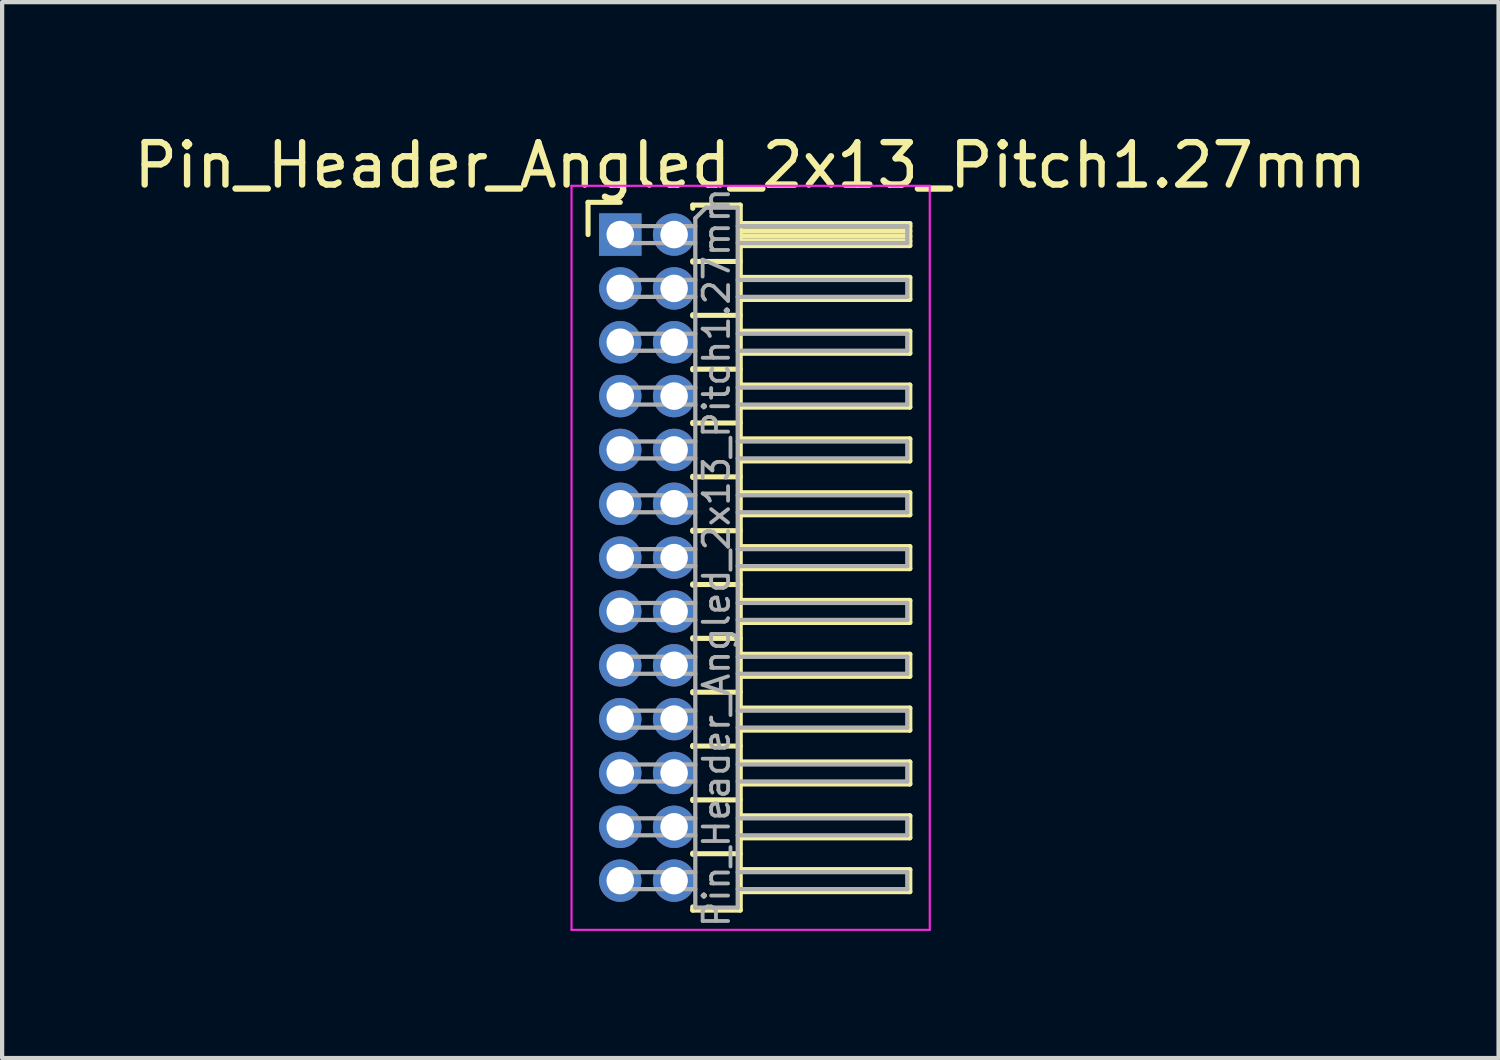
<source format=kicad_pcb>
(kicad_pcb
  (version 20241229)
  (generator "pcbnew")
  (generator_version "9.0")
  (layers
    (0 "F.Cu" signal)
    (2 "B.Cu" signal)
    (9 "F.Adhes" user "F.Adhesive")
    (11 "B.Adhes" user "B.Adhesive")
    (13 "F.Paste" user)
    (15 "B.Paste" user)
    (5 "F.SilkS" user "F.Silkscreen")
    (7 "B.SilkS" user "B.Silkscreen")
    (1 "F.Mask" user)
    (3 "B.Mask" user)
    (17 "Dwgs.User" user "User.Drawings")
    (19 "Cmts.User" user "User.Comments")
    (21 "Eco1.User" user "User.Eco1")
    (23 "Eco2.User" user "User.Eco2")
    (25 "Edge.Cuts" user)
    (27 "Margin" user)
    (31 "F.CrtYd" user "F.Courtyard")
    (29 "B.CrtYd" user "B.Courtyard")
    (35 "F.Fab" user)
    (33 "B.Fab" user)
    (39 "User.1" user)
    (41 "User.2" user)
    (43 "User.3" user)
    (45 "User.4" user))
  (footprint "Pin_Header_Angled_2x13_Pitch1.27mm"
    (layer "F.Cu")
    (at 11.581 2.483)
    (property "Reference" "Pin_Header_Angled_2x13_Pitch1.27mm" (at 3.067 -1.635 0) (layer "F.SilkS") (effects (font (size 1 1) (thickness 0.15))))
    (attr through_hole)
    (fp_line (start -0.76 -0.76) (end 0 -0.76) (stroke (width 0.12) (type solid)) (layer "F.SilkS"))
    (fp_line (start -0.76 0) (end -0.76 -0.76) (stroke (width 0.12) (type solid)) (layer "F.SilkS"))
    (fp_line (start 1.71 -0.695) (end 2.83 -0.695) (stroke (width 0.12) (type solid)) (layer "F.SilkS"))
    (fp_line (start 1.71 -0.62) (end 1.71 -0.695) (stroke (width 0.12) (type solid)) (layer "F.SilkS"))
    (fp_line (start 1.71 0.62) (end 1.71 0.65) (stroke (width 0.12) (type solid)) (layer "F.SilkS"))
    (fp_line (start 1.71 0.635) (end 2.83 0.635) (stroke (width 0.12) (type solid)) (layer "F.SilkS"))
    (fp_line (start 1.71 1.89) (end 1.71 1.92) (stroke (width 0.12) (type solid)) (layer "F.SilkS"))
    (fp_line (start 1.71 1.905) (end 2.83 1.905) (stroke (width 0.12) (type solid)) (layer "F.SilkS"))
    (fp_line (start 1.71 3.16) (end 1.71 3.19) (stroke (width 0.12) (type solid)) (layer "F.SilkS"))
    (fp_line (start 1.71 3.175) (end 2.83 3.175) (stroke (width 0.12) (type solid)) (layer "F.SilkS"))
    (fp_line (start 1.71 4.43) (end 1.71 4.46) (stroke (width 0.12) (type solid)) (layer "F.SilkS"))
    (fp_line (start 1.71 4.445) (end 2.83 4.445) (stroke (width 0.12) (type solid)) (layer "F.SilkS"))
    (fp_line (start 1.71 5.7) (end 1.71 5.73) (stroke (width 0.12) (type solid)) (layer "F.SilkS"))
    (fp_line (start 1.71 5.715) (end 2.83 5.715) (stroke (width 0.12) (type solid)) (layer "F.SilkS"))
    (fp_line (start 1.71 6.97) (end 1.71 7) (stroke (width 0.12) (type solid)) (layer "F.SilkS"))
    (fp_line (start 1.71 6.985) (end 2.83 6.985) (stroke (width 0.12) (type solid)) (layer "F.SilkS"))
    (fp_line (start 1.71 8.24) (end 1.71 8.27) (stroke (width 0.12) (type solid)) (layer "F.SilkS"))
    (fp_line (start 1.71 8.255) (end 2.83 8.255) (stroke (width 0.12) (type solid)) (layer "F.SilkS"))
    (fp_line (start 1.71 9.51) (end 1.71 9.54) (stroke (width 0.12) (type solid)) (layer "F.SilkS"))
    (fp_line (start 1.71 9.525) (end 2.83 9.525) (stroke (width 0.12) (type solid)) (layer "F.SilkS"))
    (fp_line (start 1.71 10.78) (end 1.71 10.81) (stroke (width 0.12) (type solid)) (layer "F.SilkS"))
    (fp_line (start 1.71 10.795) (end 2.83 10.795) (stroke (width 0.12) (type solid)) (layer "F.SilkS"))
    (fp_line (start 1.71 12.05) (end 1.71 12.08) (stroke (width 0.12) (type solid)) (layer "F.SilkS"))
    (fp_line (start 1.71 12.065) (end 2.83 12.065) (stroke (width 0.12) (type solid)) (layer "F.SilkS"))
    (fp_line (start 1.71 13.32) (end 1.71 13.35) (stroke (width 0.12) (type solid)) (layer "F.SilkS"))
    (fp_line (start 1.71 13.335) (end 2.83 13.335) (stroke (width 0.12) (type solid)) (layer "F.SilkS"))
    (fp_line (start 1.71 14.59) (end 1.71 14.62) (stroke (width 0.12) (type solid)) (layer "F.SilkS"))
    (fp_line (start 1.71 14.605) (end 2.83 14.605) (stroke (width 0.12) (type solid)) (layer "F.SilkS"))
    (fp_line (start 1.71 15.935) (end 1.71 15.86) (stroke (width 0.12) (type solid)) (layer "F.SilkS"))
    (fp_line (start 2.83 -0.695) (end 2.83 15.935) (stroke (width 0.12) (type solid)) (layer "F.SilkS"))
    (fp_line (start 2.83 -0.26) (end 6.83 -0.26) (stroke (width 0.12) (type solid)) (layer "F.SilkS"))
    (fp_line (start 2.83 -0.2) (end 6.83 -0.2) (stroke (width 0.12) (type solid)) (layer "F.SilkS"))
    (fp_line (start 2.83 -0.08) (end 6.83 -0.08) (stroke (width 0.12) (type solid)) (layer "F.SilkS"))
    (fp_line (start 2.83 0.04) (end 6.83 0.04) (stroke (width 0.12) (type solid)) (layer "F.SilkS"))
    (fp_line (start 2.83 0.16) (end 6.83 0.16) (stroke (width 0.12) (type solid)) (layer "F.SilkS"))
    (fp_line (start 2.83 1.01) (end 6.83 1.01) (stroke (width 0.12) (type solid)) (layer "F.SilkS"))
    (fp_line (start 2.83 2.28) (end 6.83 2.28) (stroke (width 0.12) (type solid)) (layer "F.SilkS"))
    (fp_line (start 2.83 3.55) (end 6.83 3.55) (stroke (width 0.12) (type solid)) (layer "F.SilkS"))
    (fp_line (start 2.83 4.82) (end 6.83 4.82) (stroke (width 0.12) (type solid)) (layer "F.SilkS"))
    (fp_line (start 2.83 6.09) (end 6.83 6.09) (stroke (width 0.12) (type solid)) (layer "F.SilkS"))
    (fp_line (start 2.83 7.36) (end 6.83 7.36) (stroke (width 0.12) (type solid)) (layer "F.SilkS"))
    (fp_line (start 2.83 8.63) (end 6.83 8.63) (stroke (width 0.12) (type solid)) (layer "F.SilkS"))
    (fp_line (start 2.83 9.9) (end 6.83 9.9) (stroke (width 0.12) (type solid)) (layer "F.SilkS"))
    (fp_line (start 2.83 11.17) (end 6.83 11.17) (stroke (width 0.12) (type solid)) (layer "F.SilkS"))
    (fp_line (start 2.83 12.44) (end 6.83 12.44) (stroke (width 0.12) (type solid)) (layer "F.SilkS"))
    (fp_line (start 2.83 13.71) (end 6.83 13.71) (stroke (width 0.12) (type solid)) (layer "F.SilkS"))
    (fp_line (start 2.83 14.98) (end 6.83 14.98) (stroke (width 0.12) (type solid)) (layer "F.SilkS"))
    (fp_line (start 2.83 15.935) (end 1.71 15.935) (stroke (width 0.12) (type solid)) (layer "F.SilkS"))
    (fp_line (start 6.83 -0.26) (end 6.83 0.26) (stroke (width 0.12) (type solid)) (layer "F.SilkS"))
    (fp_line (start 6.83 0.26) (end 2.83 0.26) (stroke (width 0.12) (type solid)) (layer "F.SilkS"))
    (fp_line (start 6.83 1.01) (end 6.83 1.53) (stroke (width 0.12) (type solid)) (layer "F.SilkS"))
    (fp_line (start 6.83 1.53) (end 2.83 1.53) (stroke (width 0.12) (type solid)) (layer "F.SilkS"))
    (fp_line (start 6.83 2.28) (end 6.83 2.8) (stroke (width 0.12) (type solid)) (layer "F.SilkS"))
    (fp_line (start 6.83 2.8) (end 2.83 2.8) (stroke (width 0.12) (type solid)) (layer "F.SilkS"))
    (fp_line (start 6.83 3.55) (end 6.83 4.07) (stroke (width 0.12) (type solid)) (layer "F.SilkS"))
    (fp_line (start 6.83 4.07) (end 2.83 4.07) (stroke (width 0.12) (type solid)) (layer "F.SilkS"))
    (fp_line (start 6.83 4.82) (end 6.83 5.34) (stroke (width 0.12) (type solid)) (layer "F.SilkS"))
    (fp_line (start 6.83 5.34) (end 2.83 5.34) (stroke (width 0.12) (type solid)) (layer "F.SilkS"))
    (fp_line (start 6.83 6.09) (end 6.83 6.61) (stroke (width 0.12) (type solid)) (layer "F.SilkS"))
    (fp_line (start 6.83 6.61) (end 2.83 6.61) (stroke (width 0.12) (type solid)) (layer "F.SilkS"))
    (fp_line (start 6.83 7.36) (end 6.83 7.88) (stroke (width 0.12) (type solid)) (layer "F.SilkS"))
    (fp_line (start 6.83 7.88) (end 2.83 7.88) (stroke (width 0.12) (type solid)) (layer "F.SilkS"))
    (fp_line (start 6.83 8.63) (end 6.83 9.15) (stroke (width 0.12) (type solid)) (layer "F.SilkS"))
    (fp_line (start 6.83 9.15) (end 2.83 9.15) (stroke (width 0.12) (type solid)) (layer "F.SilkS"))
    (fp_line (start 6.83 9.9) (end 6.83 10.42) (stroke (width 0.12) (type solid)) (layer "F.SilkS"))
    (fp_line (start 6.83 10.42) (end 2.83 10.42) (stroke (width 0.12) (type solid)) (layer "F.SilkS"))
    (fp_line (start 6.83 11.17) (end 6.83 11.69) (stroke (width 0.12) (type solid)) (layer "F.SilkS"))
    (fp_line (start 6.83 11.69) (end 2.83 11.69) (stroke (width 0.12) (type solid)) (layer "F.SilkS"))
    (fp_line (start 6.83 12.44) (end 6.83 12.96) (stroke (width 0.12) (type solid)) (layer "F.SilkS"))
    (fp_line (start 6.83 12.96) (end 2.83 12.96) (stroke (width 0.12) (type solid)) (layer "F.SilkS"))
    (fp_line (start 6.83 13.71) (end 6.83 14.23) (stroke (width 0.12) (type solid)) (layer "F.SilkS"))
    (fp_line (start 6.83 14.23) (end 2.83 14.23) (stroke (width 0.12) (type solid)) (layer "F.SilkS"))
    (fp_line (start 6.83 14.98) (end 6.83 15.5) (stroke (width 0.12) (type solid)) (layer "F.SilkS"))
    (fp_line (start 6.83 15.5) (end 2.83 15.5) (stroke (width 0.12) (type solid)) (layer "F.SilkS"))
    (fp_line (start -1.15 -1.15) (end -1.15 16.4) (stroke (width 0.05) (type solid)) (layer "F.CrtYd"))
    (fp_line (start -1.15 16.4) (end 7.3 16.4) (stroke (width 0.05) (type solid)) (layer "F.CrtYd"))
    (fp_line (start 7.3 -1.15) (end -1.15 -1.15) (stroke (width 0.05) (type solid)) (layer "F.CrtYd"))
    (fp_line (start 7.3 16.4) (end 7.3 -1.15) (stroke (width 0.05) (type solid)) (layer "F.CrtYd"))
    (fp_line (start -0.2 -0.2) (end -0.2 0.2) (stroke (width 0.1) (type solid)) (layer "F.Fab"))
    (fp_line (start -0.2 -0.2) (end 1.77 -0.2) (stroke (width 0.1) (type solid)) (layer "F.Fab"))
    (fp_line (start -0.2 0.2) (end 1.77 0.2) (stroke (width 0.1) (type solid)) (layer "F.Fab"))
    (fp_line (start -0.2 1.07) (end -0.2 1.47) (stroke (width 0.1) (type solid)) (layer "F.Fab"))
    (fp_line (start -0.2 1.07) (end 1.77 1.07) (stroke (width 0.1) (type solid)) (layer "F.Fab"))
    (fp_line (start -0.2 1.47) (end 1.77 1.47) (stroke (width 0.1) (type solid)) (layer "F.Fab"))
    (fp_line (start -0.2 2.34) (end -0.2 2.74) (stroke (width 0.1) (type solid)) (layer "F.Fab"))
    (fp_line (start -0.2 2.34) (end 1.77 2.34) (stroke (width 0.1) (type solid)) (layer "F.Fab"))
    (fp_line (start -0.2 2.74) (end 1.77 2.74) (stroke (width 0.1) (type solid)) (layer "F.Fab"))
    (fp_line (start -0.2 3.61) (end -0.2 4.01) (stroke (width 0.1) (type solid)) (layer "F.Fab"))
    (fp_line (start -0.2 3.61) (end 1.77 3.61) (stroke (width 0.1) (type solid)) (layer "F.Fab"))
    (fp_line (start -0.2 4.01) (end 1.77 4.01) (stroke (width 0.1) (type solid)) (layer "F.Fab"))
    (fp_line (start -0.2 4.88) (end -0.2 5.28) (stroke (width 0.1) (type solid)) (layer "F.Fab"))
    (fp_line (start -0.2 4.88) (end 1.77 4.88) (stroke (width 0.1) (type solid)) (layer "F.Fab"))
    (fp_line (start -0.2 5.28) (end 1.77 5.28) (stroke (width 0.1) (type solid)) (layer "F.Fab"))
    (fp_line (start -0.2 6.15) (end -0.2 6.55) (stroke (width 0.1) (type solid)) (layer "F.Fab"))
    (fp_line (start -0.2 6.15) (end 1.77 6.15) (stroke (width 0.1) (type solid)) (layer "F.Fab"))
    (fp_line (start -0.2 6.55) (end 1.77 6.55) (stroke (width 0.1) (type solid)) (layer "F.Fab"))
    (fp_line (start -0.2 7.42) (end -0.2 7.82) (stroke (width 0.1) (type solid)) (layer "F.Fab"))
    (fp_line (start -0.2 7.42) (end 1.77 7.42) (stroke (width 0.1) (type solid)) (layer "F.Fab"))
    (fp_line (start -0.2 7.82) (end 1.77 7.82) (stroke (width 0.1) (type solid)) (layer "F.Fab"))
    (fp_line (start -0.2 8.69) (end -0.2 9.09) (stroke (width 0.1) (type solid)) (layer "F.Fab"))
    (fp_line (start -0.2 8.69) (end 1.77 8.69) (stroke (width 0.1) (type solid)) (layer "F.Fab"))
    (fp_line (start -0.2 9.09) (end 1.77 9.09) (stroke (width 0.1) (type solid)) (layer "F.Fab"))
    (fp_line (start -0.2 9.96) (end -0.2 10.36) (stroke (width 0.1) (type solid)) (layer "F.Fab"))
    (fp_line (start -0.2 9.96) (end 1.77 9.96) (stroke (width 0.1) (type solid)) (layer "F.Fab"))
    (fp_line (start -0.2 10.36) (end 1.77 10.36) (stroke (width 0.1) (type solid)) (layer "F.Fab"))
    (fp_line (start -0.2 11.23) (end -0.2 11.63) (stroke (width 0.1) (type solid)) (layer "F.Fab"))
    (fp_line (start -0.2 11.23) (end 1.77 11.23) (stroke (width 0.1) (type solid)) (layer "F.Fab"))
    (fp_line (start -0.2 11.63) (end 1.77 11.63) (stroke (width 0.1) (type solid)) (layer "F.Fab"))
    (fp_line (start -0.2 12.5) (end -0.2 12.9) (stroke (width 0.1) (type solid)) (layer "F.Fab"))
    (fp_line (start -0.2 12.5) (end 1.77 12.5) (stroke (width 0.1) (type solid)) (layer "F.Fab"))
    (fp_line (start -0.2 12.9) (end 1.77 12.9) (stroke (width 0.1) (type solid)) (layer "F.Fab"))
    (fp_line (start -0.2 13.77) (end -0.2 14.17) (stroke (width 0.1) (type solid)) (layer "F.Fab"))
    (fp_line (start -0.2 13.77) (end 1.77 13.77) (stroke (width 0.1) (type solid)) (layer "F.Fab"))
    (fp_line (start -0.2 14.17) (end 1.77 14.17) (stroke (width 0.1) (type solid)) (layer "F.Fab"))
    (fp_line (start -0.2 15.04) (end -0.2 15.44) (stroke (width 0.1) (type solid)) (layer "F.Fab"))
    (fp_line (start -0.2 15.04) (end 1.77 15.04) (stroke (width 0.1) (type solid)) (layer "F.Fab"))
    (fp_line (start -0.2 15.44) (end 1.77 15.44) (stroke (width 0.1) (type solid)) (layer "F.Fab"))
    (fp_line (start 1.77 -0.385) (end 2.02 -0.635) (stroke (width 0.1) (type solid)) (layer "F.Fab"))
    (fp_line (start 1.77 15.875) (end 1.77 -0.385) (stroke (width 0.1) (type solid)) (layer "F.Fab"))
    (fp_line (start 2.02 -0.635) (end 2.77 -0.635) (stroke (width 0.1) (type solid)) (layer "F.Fab"))
    (fp_line (start 2.77 -0.635) (end 2.77 15.875) (stroke (width 0.1) (type solid)) (layer "F.Fab"))
    (fp_line (start 2.77 -0.2) (end 6.77 -0.2) (stroke (width 0.1) (type solid)) (layer "F.Fab"))
    (fp_line (start 2.77 0.2) (end 6.77 0.2) (stroke (width 0.1) (type solid)) (layer "F.Fab"))
    (fp_line (start 2.77 1.07) (end 6.77 1.07) (stroke (width 0.1) (type solid)) (layer "F.Fab"))
    (fp_line (start 2.77 1.47) (end 6.77 1.47) (stroke (width 0.1) (type solid)) (layer "F.Fab"))
    (fp_line (start 2.77 2.34) (end 6.77 2.34) (stroke (width 0.1) (type solid)) (layer "F.Fab"))
    (fp_line (start 2.77 2.74) (end 6.77 2.74) (stroke (width 0.1) (type solid)) (layer "F.Fab"))
    (fp_line (start 2.77 3.61) (end 6.77 3.61) (stroke (width 0.1) (type solid)) (layer "F.Fab"))
    (fp_line (start 2.77 4.01) (end 6.77 4.01) (stroke (width 0.1) (type solid)) (layer "F.Fab"))
    (fp_line (start 2.77 4.88) (end 6.77 4.88) (stroke (width 0.1) (type solid)) (layer "F.Fab"))
    (fp_line (start 2.77 5.28) (end 6.77 5.28) (stroke (width 0.1) (type solid)) (layer "F.Fab"))
    (fp_line (start 2.77 6.15) (end 6.77 6.15) (stroke (width 0.1) (type solid)) (layer "F.Fab"))
    (fp_line (start 2.77 6.55) (end 6.77 6.55) (stroke (width 0.1) (type solid)) (layer "F.Fab"))
    (fp_line (start 2.77 7.42) (end 6.77 7.42) (stroke (width 0.1) (type solid)) (layer "F.Fab"))
    (fp_line (start 2.77 7.82) (end 6.77 7.82) (stroke (width 0.1) (type solid)) (layer "F.Fab"))
    (fp_line (start 2.77 8.69) (end 6.77 8.69) (stroke (width 0.1) (type solid)) (layer "F.Fab"))
    (fp_line (start 2.77 9.09) (end 6.77 9.09) (stroke (width 0.1) (type solid)) (layer "F.Fab"))
    (fp_line (start 2.77 9.96) (end 6.77 9.96) (stroke (width 0.1) (type solid)) (layer "F.Fab"))
    (fp_line (start 2.77 10.36) (end 6.77 10.36) (stroke (width 0.1) (type solid)) (layer "F.Fab"))
    (fp_line (start 2.77 11.23) (end 6.77 11.23) (stroke (width 0.1) (type solid)) (layer "F.Fab"))
    (fp_line (start 2.77 11.63) (end 6.77 11.63) (stroke (width 0.1) (type solid)) (layer "F.Fab"))
    (fp_line (start 2.77 12.5) (end 6.77 12.5) (stroke (width 0.1) (type solid)) (layer "F.Fab"))
    (fp_line (start 2.77 12.9) (end 6.77 12.9) (stroke (width 0.1) (type solid)) (layer "F.Fab"))
    (fp_line (start 2.77 13.77) (end 6.77 13.77) (stroke (width 0.1) (type solid)) (layer "F.Fab"))
    (fp_line (start 2.77 14.17) (end 6.77 14.17) (stroke (width 0.1) (type solid)) (layer "F.Fab"))
    (fp_line (start 2.77 15.04) (end 6.77 15.04) (stroke (width 0.1) (type solid)) (layer "F.Fab"))
    (fp_line (start 2.77 15.44) (end 6.77 15.44) (stroke (width 0.1) (type solid)) (layer "F.Fab"))
    (fp_line (start 2.77 15.875) (end 1.77 15.875) (stroke (width 0.1) (type solid)) (layer "F.Fab"))
    (fp_line (start 6.77 -0.2) (end 6.77 0.2) (stroke (width 0.1) (type solid)) (layer "F.Fab"))
    (fp_line (start 6.77 1.07) (end 6.77 1.47) (stroke (width 0.1) (type solid)) (layer "F.Fab"))
    (fp_line (start 6.77 2.34) (end 6.77 2.74) (stroke (width 0.1) (type solid)) (layer "F.Fab"))
    (fp_line (start 6.77 3.61) (end 6.77 4.01) (stroke (width 0.1) (type solid)) (layer "F.Fab"))
    (fp_line (start 6.77 4.88) (end 6.77 5.28) (stroke (width 0.1) (type solid)) (layer "F.Fab"))
    (fp_line (start 6.77 6.15) (end 6.77 6.55) (stroke (width 0.1) (type solid)) (layer "F.Fab"))
    (fp_line (start 6.77 7.42) (end 6.77 7.82) (stroke (width 0.1) (type solid)) (layer "F.Fab"))
    (fp_line (start 6.77 8.69) (end 6.77 9.09) (stroke (width 0.1) (type solid)) (layer "F.Fab"))
    (fp_line (start 6.77 9.96) (end 6.77 10.36) (stroke (width 0.1) (type solid)) (layer "F.Fab"))
    (fp_line (start 6.77 11.23) (end 6.77 11.63) (stroke (width 0.1) (type solid)) (layer "F.Fab"))
    (fp_line (start 6.77 12.5) (end 6.77 12.9) (stroke (width 0.1) (type solid)) (layer "F.Fab"))
    (fp_line (start 6.77 13.77) (end 6.77 14.17) (stroke (width 0.1) (type solid)) (layer "F.Fab"))
    (fp_line (start 6.77 15.04) (end 6.77 15.44) (stroke (width 0.1) (type solid)) (layer "F.Fab"))
    (fp_text user "${REFERENCE}" (at 2.27 7.62 90) (layer "F.Fab") (effects (font (size 0.6 0.6) (thickness 0.09))))
    (pad "1" thru_hole rect (at 0 0) (size 1 1) (drill 0.65) (layers "*.Cu" "*.Mask"))
    (pad "2" thru_hole oval (at 1.27 0) (size 1 1) (drill 0.65) (layers "*.Cu" "*.Mask"))
    (pad "3" thru_hole oval (at 0 1.27) (size 1 1) (drill 0.65) (layers "*.Cu" "*.Mask"))
    (pad "4" thru_hole oval (at 1.27 1.27) (size 1 1) (drill 0.65) (layers "*.Cu" "*.Mask"))
    (pad "5" thru_hole oval (at 0 2.54) (size 1 1) (drill 0.65) (layers "*.Cu" "*.Mask"))
    (pad "6" thru_hole oval (at 1.27 2.54) (size 1 1) (drill 0.65) (layers "*.Cu" "*.Mask"))
    (pad "7" thru_hole oval (at 0 3.81) (size 1 1) (drill 0.65) (layers "*.Cu" "*.Mask"))
    (pad "8" thru_hole oval (at 1.27 3.81) (size 1 1) (drill 0.65) (layers "*.Cu" "*.Mask"))
    (pad "9" thru_hole oval (at 0 5.08) (size 1 1) (drill 0.65) (layers "*.Cu" "*.Mask"))
    (pad "10" thru_hole oval (at 1.27 5.08) (size 1 1) (drill 0.65) (layers "*.Cu" "*.Mask"))
    (pad "11" thru_hole oval (at 0 6.35) (size 1 1) (drill 0.65) (layers "*.Cu" "*.Mask"))
    (pad "12" thru_hole oval (at 1.27 6.35) (size 1 1) (drill 0.65) (layers "*.Cu" "*.Mask"))
    (pad "13" thru_hole oval (at 0 7.62) (size 1 1) (drill 0.65) (layers "*.Cu" "*.Mask"))
    (pad "14" thru_hole oval (at 1.27 7.62) (size 1 1) (drill 0.65) (layers "*.Cu" "*.Mask"))
    (pad "15" thru_hole oval (at 0 8.89) (size 1 1) (drill 0.65) (layers "*.Cu" "*.Mask"))
    (pad "16" thru_hole oval (at 1.27 8.89) (size 1 1) (drill 0.65) (layers "*.Cu" "*.Mask"))
    (pad "17" thru_hole oval (at 0 10.16) (size 1 1) (drill 0.65) (layers "*.Cu" "*.Mask"))
    (pad "18" thru_hole oval (at 1.27 10.16) (size 1 1) (drill 0.65) (layers "*.Cu" "*.Mask"))
    (pad "19" thru_hole oval (at 0 11.43) (size 1 1) (drill 0.65) (layers "*.Cu" "*.Mask"))
    (pad "20" thru_hole oval (at 1.27 11.43) (size 1 1) (drill 0.65) (layers "*.Cu" "*.Mask"))
    (pad "21" thru_hole oval (at 0 12.7) (size 1 1) (drill 0.65) (layers "*.Cu" "*.Mask"))
    (pad "22" thru_hole oval (at 1.27 12.7) (size 1 1) (drill 0.65) (layers "*.Cu" "*.Mask"))
    (pad "23" thru_hole oval (at 0 13.97) (size 1 1) (drill 0.65) (layers "*.Cu" "*.Mask"))
    (pad "24" thru_hole oval (at 1.27 13.97) (size 1 1) (drill 0.65) (layers "*.Cu" "*.Mask"))
    (pad "25" thru_hole oval (at 0 15.24) (size 1 1) (drill 0.65) (layers "*.Cu" "*.Mask"))
    (pad "26" thru_hole oval (at 1.27 15.24) (size 1 1) (drill 0.65) (layers "*.Cu" "*.Mask")))
  (gr_rect
    (start -3 -3)
    (end 32.298 21.908)
    (stroke (width 0.1) (type default))
    (fill no)
    (layer "Edge.Cuts")))
</source>
